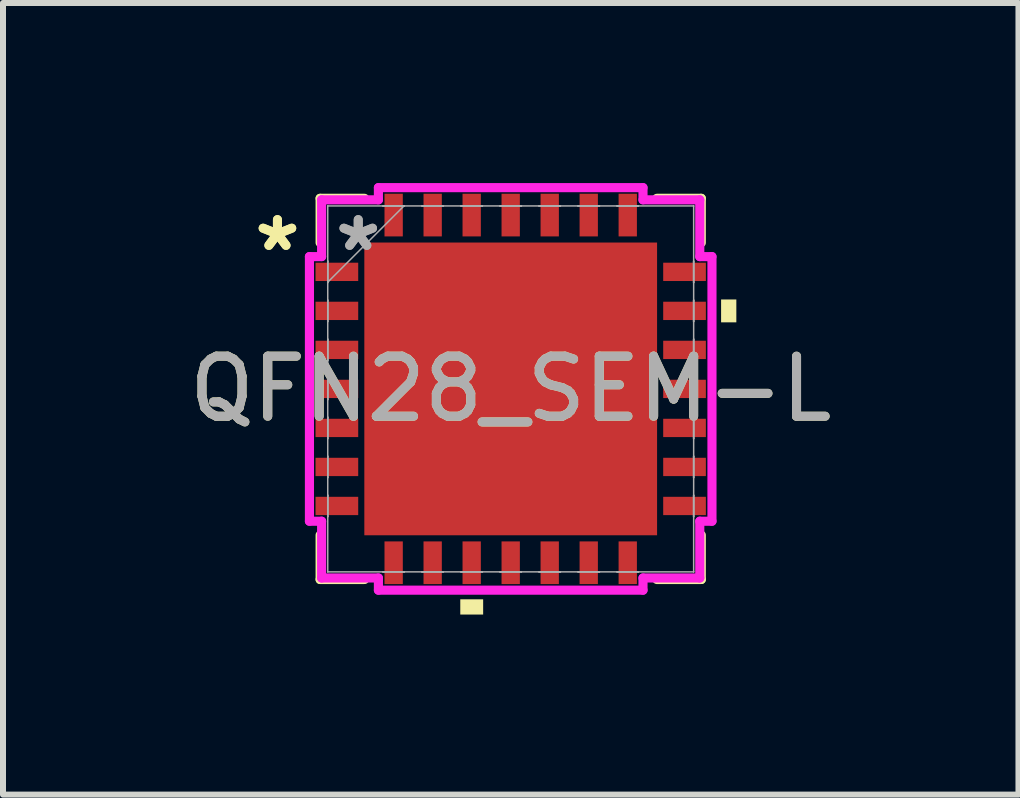
<source format=kicad_pcb>
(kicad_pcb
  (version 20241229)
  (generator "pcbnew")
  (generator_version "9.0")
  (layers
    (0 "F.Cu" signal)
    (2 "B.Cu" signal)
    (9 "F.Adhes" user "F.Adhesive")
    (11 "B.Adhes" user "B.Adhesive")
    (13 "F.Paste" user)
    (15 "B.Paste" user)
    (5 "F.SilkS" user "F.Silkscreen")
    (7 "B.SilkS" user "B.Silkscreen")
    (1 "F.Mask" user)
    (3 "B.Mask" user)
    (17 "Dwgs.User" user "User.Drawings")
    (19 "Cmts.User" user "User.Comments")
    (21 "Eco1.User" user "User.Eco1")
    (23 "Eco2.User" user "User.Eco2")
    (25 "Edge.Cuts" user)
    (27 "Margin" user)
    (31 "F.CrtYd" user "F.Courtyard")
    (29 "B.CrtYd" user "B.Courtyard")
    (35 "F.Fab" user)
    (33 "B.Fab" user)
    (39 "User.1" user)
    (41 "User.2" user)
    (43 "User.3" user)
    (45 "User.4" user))
  (footprint "QFN28_SEM-L"
    (layer "F.Cu")
    (at 5.458 3.429)
    (property "Reference" "QFN28_SEM-L" (at 0 0 0) (unlocked yes) (layer "F.SilkS") (effects (font (size 1 1) (thickness 0.15))))
    (attr smd)
    (fp_line (start -3.175 -3.175) (end -3.175 -2.435) (stroke (width 0.152) (type solid)) (layer "F.SilkS"))
    (fp_line (start -3.175 2.435) (end -3.175 3.175) (stroke (width 0.152) (type solid)) (layer "F.SilkS"))
    (fp_line (start -3.175 3.175) (end -2.435 3.175) (stroke (width 0.152) (type solid)) (layer "F.SilkS"))
    (fp_line (start -2.435 -3.175) (end -3.175 -3.175) (stroke (width 0.152) (type solid)) (layer "F.SilkS"))
    (fp_line (start 2.435 3.175) (end 3.175 3.175) (stroke (width 0.152) (type solid)) (layer "F.SilkS"))
    (fp_line (start 3.175 -3.175) (end 2.435 -3.175) (stroke (width 0.152) (type solid)) (layer "F.SilkS"))
    (fp_line (start 3.175 -2.435) (end 3.175 -3.175) (stroke (width 0.152) (type solid)) (layer "F.SilkS"))
    (fp_line (start 3.175 3.175) (end 3.175 2.435) (stroke (width 0.152) (type solid)) (layer "F.SilkS"))
    (fp_poly (pts (xy -0.84 3.505) (xy -0.84 3.759) (xy -0.459 3.759) (xy -0.459 3.505)) (stroke (width 0) (type solid)) (fill yes) (layer "F.SilkS"))
    (fp_poly (pts (xy 3.759 -1.49) (xy 3.759 -1.109) (xy 3.505 -1.109) (xy 3.505 -1.49)) (stroke (width 0) (type solid)) (fill yes) (layer "F.SilkS"))
    (fp_poly (pts (xy -2.338 -2.338) (xy -2.338 -0.913) (xy -0.913 -0.913) (xy -0.913 -2.338)) (stroke (width 0) (type solid)) (fill yes) (layer "F.Paste"))
    (fp_poly (pts (xy -2.338 -0.713) (xy -2.338 0.713) (xy -0.913 0.713) (xy -0.913 -0.713)) (stroke (width 0) (type solid)) (fill yes) (layer "F.Paste"))
    (fp_poly (pts (xy -2.338 0.913) (xy -2.338 2.338) (xy -0.913 2.338) (xy -0.913 0.913)) (stroke (width 0) (type solid)) (fill yes) (layer "F.Paste"))
    (fp_poly (pts (xy -0.713 -2.338) (xy -0.713 -0.913) (xy 0.713 -0.913) (xy 0.713 -2.338)) (stroke (width 0) (type solid)) (fill yes) (layer "F.Paste"))
    (fp_poly (pts (xy -0.713 -0.713) (xy -0.713 0.713) (xy 0.713 0.713) (xy 0.713 -0.713)) (stroke (width 0) (type solid)) (fill yes) (layer "F.Paste"))
    (fp_poly (pts (xy -0.713 0.913) (xy -0.713 2.338) (xy 0.713 2.338) (xy 0.713 0.913)) (stroke (width 0) (type solid)) (fill yes) (layer "F.Paste"))
    (fp_poly (pts (xy 0.913 -2.338) (xy 0.913 -0.913) (xy 2.338 -0.913) (xy 2.338 -2.338)) (stroke (width 0) (type solid)) (fill yes) (layer "F.Paste"))
    (fp_poly (pts (xy 0.913 -0.713) (xy 0.913 0.713) (xy 2.338 0.713) (xy 2.338 -0.713)) (stroke (width 0) (type solid)) (fill yes) (layer "F.Paste"))
    (fp_poly (pts (xy 0.913 0.913) (xy 0.913 2.338) (xy 2.338 2.338) (xy 2.338 0.913)) (stroke (width 0) (type solid)) (fill yes) (layer "F.Paste"))
    (fp_line (start -3.353 -2.204) (end -3.15 -2.204) (stroke (width 0.152) (type solid)) (layer "F.CrtYd"))
    (fp_line (start -3.353 2.204) (end -3.353 -2.204) (stroke (width 0.152) (type solid)) (layer "F.CrtYd"))
    (fp_line (start -3.15 -3.15) (end -2.204 -3.15) (stroke (width 0.152) (type solid)) (layer "F.CrtYd"))
    (fp_line (start -3.15 -2.204) (end -3.15 -3.15) (stroke (width 0.152) (type solid)) (layer "F.CrtYd"))
    (fp_line (start -3.15 2.204) (end -3.353 2.204) (stroke (width 0.152) (type solid)) (layer "F.CrtYd"))
    (fp_line (start -3.15 3.15) (end -3.15 2.204) (stroke (width 0.152) (type solid)) (layer "F.CrtYd"))
    (fp_line (start -2.204 -3.353) (end 2.204 -3.353) (stroke (width 0.152) (type solid)) (layer "F.CrtYd"))
    (fp_line (start -2.204 -3.15) (end -2.204 -3.353) (stroke (width 0.152) (type solid)) (layer "F.CrtYd"))
    (fp_line (start -2.204 3.15) (end -3.15 3.15) (stroke (width 0.152) (type solid)) (layer "F.CrtYd"))
    (fp_line (start -2.204 3.353) (end -2.204 3.15) (stroke (width 0.152) (type solid)) (layer "F.CrtYd"))
    (fp_line (start 2.204 -3.353) (end 2.204 -3.15) (stroke (width 0.152) (type solid)) (layer "F.CrtYd"))
    (fp_line (start 2.204 -3.15) (end 3.15 -3.15) (stroke (width 0.152) (type solid)) (layer "F.CrtYd"))
    (fp_line (start 2.204 3.15) (end 2.204 3.353) (stroke (width 0.152) (type solid)) (layer "F.CrtYd"))
    (fp_line (start 2.204 3.353) (end -2.204 3.353) (stroke (width 0.152) (type solid)) (layer "F.CrtYd"))
    (fp_line (start 3.15 -3.15) (end 3.15 -2.204) (stroke (width 0.152) (type solid)) (layer "F.CrtYd"))
    (fp_line (start 3.15 -2.204) (end 3.353 -2.204) (stroke (width 0.152) (type solid)) (layer "F.CrtYd"))
    (fp_line (start 3.15 2.204) (end 3.15 3.15) (stroke (width 0.152) (type solid)) (layer "F.CrtYd"))
    (fp_line (start 3.15 3.15) (end 2.204 3.15) (stroke (width 0.152) (type solid)) (layer "F.CrtYd"))
    (fp_line (start 3.353 -2.204) (end 3.353 2.204) (stroke (width 0.152) (type solid)) (layer "F.CrtYd"))
    (fp_line (start 3.353 2.204) (end 3.15 2.204) (stroke (width 0.152) (type solid)) (layer "F.CrtYd"))
    (fp_line (start -3.048 -3.048) (end -3.048 -3.048) (stroke (width 0.025) (type solid)) (layer "F.Fab"))
    (fp_line (start -3.048 -3.048) (end -3.048 3.048) (stroke (width 0.025) (type solid)) (layer "F.Fab"))
    (fp_line (start -3.048 -2.128) (end -3.048 -2.128) (stroke (width 0.025) (type solid)) (layer "F.Fab"))
    (fp_line (start -3.048 -2.128) (end -3.048 -1.772) (stroke (width 0.025) (type solid)) (layer "F.Fab"))
    (fp_line (start -3.048 -1.778) (end -1.778 -3.048) (stroke (width 0.025) (type solid)) (layer "F.Fab"))
    (fp_line (start -3.048 -1.772) (end -3.048 -2.128) (stroke (width 0.025) (type solid)) (layer "F.Fab"))
    (fp_line (start -3.048 -1.772) (end -3.048 -1.772) (stroke (width 0.025) (type solid)) (layer "F.Fab"))
    (fp_line (start -3.048 -1.478) (end -3.048 -1.478) (stroke (width 0.025) (type solid)) (layer "F.Fab"))
    (fp_line (start -3.048 -1.478) (end -3.048 -1.122) (stroke (width 0.025) (type solid)) (layer "F.Fab"))
    (fp_line (start -3.048 -1.122) (end -3.048 -1.478) (stroke (width 0.025) (type solid)) (layer "F.Fab"))
    (fp_line (start -3.048 -1.122) (end -3.048 -1.122) (stroke (width 0.025) (type solid)) (layer "F.Fab"))
    (fp_line (start -3.048 -0.828) (end -3.048 -0.828) (stroke (width 0.025) (type solid)) (layer "F.Fab"))
    (fp_line (start -3.048 -0.828) (end -3.048 -0.472) (stroke (width 0.025) (type solid)) (layer "F.Fab"))
    (fp_line (start -3.048 -0.472) (end -3.048 -0.828) (stroke (width 0.025) (type solid)) (layer "F.Fab"))
    (fp_line (start -3.048 -0.472) (end -3.048 -0.472) (stroke (width 0.025) (type solid)) (layer "F.Fab"))
    (fp_line (start -3.048 -0.178) (end -3.048 -0.178) (stroke (width 0.025) (type solid)) (layer "F.Fab"))
    (fp_line (start -3.048 -0.178) (end -3.048 0.178) (stroke (width 0.025) (type solid)) (layer "F.Fab"))
    (fp_line (start -3.048 0.178) (end -3.048 -0.178) (stroke (width 0.025) (type solid)) (layer "F.Fab"))
    (fp_line (start -3.048 0.178) (end -3.048 0.178) (stroke (width 0.025) (type solid)) (layer "F.Fab"))
    (fp_line (start -3.048 0.472) (end -3.048 0.472) (stroke (width 0.025) (type solid)) (layer "F.Fab"))
    (fp_line (start -3.048 0.472) (end -3.048 0.828) (stroke (width 0.025) (type solid)) (layer "F.Fab"))
    (fp_line (start -3.048 0.828) (end -3.048 0.472) (stroke (width 0.025) (type solid)) (layer "F.Fab"))
    (fp_line (start -3.048 0.828) (end -3.048 0.828) (stroke (width 0.025) (type solid)) (layer "F.Fab"))
    (fp_line (start -3.048 1.122) (end -3.048 1.122) (stroke (width 0.025) (type solid)) (layer "F.Fab"))
    (fp_line (start -3.048 1.122) (end -3.048 1.478) (stroke (width 0.025) (type solid)) (layer "F.Fab"))
    (fp_line (start -3.048 1.478) (end -3.048 1.122) (stroke (width 0.025) (type solid)) (layer "F.Fab"))
    (fp_line (start -3.048 1.478) (end -3.048 1.478) (stroke (width 0.025) (type solid)) (layer "F.Fab"))
    (fp_line (start -3.048 1.772) (end -3.048 1.772) (stroke (width 0.025) (type solid)) (layer "F.Fab"))
    (fp_line (start -3.048 1.772) (end -3.048 2.128) (stroke (width 0.025) (type solid)) (layer "F.Fab"))
    (fp_line (start -3.048 2.128) (end -3.048 1.772) (stroke (width 0.025) (type solid)) (layer "F.Fab"))
    (fp_line (start -3.048 2.128) (end -3.048 2.128) (stroke (width 0.025) (type solid)) (layer "F.Fab"))
    (fp_line (start -3.048 3.048) (end -3.048 3.048) (stroke (width 0.025) (type solid)) (layer "F.Fab"))
    (fp_line (start -3.048 3.048) (end 3.048 3.048) (stroke (width 0.025) (type solid)) (layer "F.Fab"))
    (fp_line (start -2.128 -3.048) (end -2.128 -3.048) (stroke (width 0.025) (type solid)) (layer "F.Fab"))
    (fp_line (start -2.128 -3.048) (end -1.772 -3.048) (stroke (width 0.025) (type solid)) (layer "F.Fab"))
    (fp_line (start -2.128 3.048) (end -2.128 3.048) (stroke (width 0.025) (type solid)) (layer "F.Fab"))
    (fp_line (start -2.128 3.048) (end -1.772 3.048) (stroke (width 0.025) (type solid)) (layer "F.Fab"))
    (fp_line (start -1.772 -3.048) (end -2.128 -3.048) (stroke (width 0.025) (type solid)) (layer "F.Fab"))
    (fp_line (start -1.772 -3.048) (end -1.772 -3.048) (stroke (width 0.025) (type solid)) (layer "F.Fab"))
    (fp_line (start -1.772 3.048) (end -2.128 3.048) (stroke (width 0.025) (type solid)) (layer "F.Fab"))
    (fp_line (start -1.772 3.048) (end -1.772 3.048) (stroke (width 0.025) (type solid)) (layer "F.Fab"))
    (fp_line (start -1.478 -3.048) (end -1.478 -3.048) (stroke (width 0.025) (type solid)) (layer "F.Fab"))
    (fp_line (start -1.478 -3.048) (end -1.122 -3.048) (stroke (width 0.025) (type solid)) (layer "F.Fab"))
    (fp_line (start -1.478 3.048) (end -1.478 3.048) (stroke (width 0.025) (type solid)) (layer "F.Fab"))
    (fp_line (start -1.478 3.048) (end -1.122 3.048) (stroke (width 0.025) (type solid)) (layer "F.Fab"))
    (fp_line (start -1.122 -3.048) (end -1.478 -3.048) (stroke (width 0.025) (type solid)) (layer "F.Fab"))
    (fp_line (start -1.122 -3.048) (end -1.122 -3.048) (stroke (width 0.025) (type solid)) (layer "F.Fab"))
    (fp_line (start -1.122 3.048) (end -1.478 3.048) (stroke (width 0.025) (type solid)) (layer "F.Fab"))
    (fp_line (start -1.122 3.048) (end -1.122 3.048) (stroke (width 0.025) (type solid)) (layer "F.Fab"))
    (fp_line (start -0.828 -3.048) (end -0.828 -3.048) (stroke (width 0.025) (type solid)) (layer "F.Fab"))
    (fp_line (start -0.828 -3.048) (end -0.472 -3.048) (stroke (width 0.025) (type solid)) (layer "F.Fab"))
    (fp_line (start -0.828 3.048) (end -0.828 3.048) (stroke (width 0.025) (type solid)) (layer "F.Fab"))
    (fp_line (start -0.828 3.048) (end -0.472 3.048) (stroke (width 0.025) (type solid)) (layer "F.Fab"))
    (fp_line (start -0.472 -3.048) (end -0.828 -3.048) (stroke (width 0.025) (type solid)) (layer "F.Fab"))
    (fp_line (start -0.472 -3.048) (end -0.472 -3.048) (stroke (width 0.025) (type solid)) (layer "F.Fab"))
    (fp_line (start -0.472 3.048) (end -0.828 3.048) (stroke (width 0.025) (type solid)) (layer "F.Fab"))
    (fp_line (start -0.472 3.048) (end -0.472 3.048) (stroke (width 0.025) (type solid)) (layer "F.Fab"))
    (fp_line (start -0.178 -3.048) (end -0.178 -3.048) (stroke (width 0.025) (type solid)) (layer "F.Fab"))
    (fp_line (start -0.178 -3.048) (end 0.178 -3.048) (stroke (width 0.025) (type solid)) (layer "F.Fab"))
    (fp_line (start -0.178 3.048) (end -0.178 3.048) (stroke (width 0.025) (type solid)) (layer "F.Fab"))
    (fp_line (start -0.178 3.048) (end 0.178 3.048) (stroke (width 0.025) (type solid)) (layer "F.Fab"))
    (fp_line (start 0.178 -3.048) (end -0.178 -3.048) (stroke (width 0.025) (type solid)) (layer "F.Fab"))
    (fp_line (start 0.178 -3.048) (end 0.178 -3.048) (stroke (width 0.025) (type solid)) (layer "F.Fab"))
    (fp_line (start 0.178 3.048) (end -0.178 3.048) (stroke (width 0.025) (type solid)) (layer "F.Fab"))
    (fp_line (start 0.178 3.048) (end 0.178 3.048) (stroke (width 0.025) (type solid)) (layer "F.Fab"))
    (fp_line (start 0.472 -3.048) (end 0.472 -3.048) (stroke (width 0.025) (type solid)) (layer "F.Fab"))
    (fp_line (start 0.472 -3.048) (end 0.828 -3.048) (stroke (width 0.025) (type solid)) (layer "F.Fab"))
    (fp_line (start 0.472 3.048) (end 0.472 3.048) (stroke (width 0.025) (type solid)) (layer "F.Fab"))
    (fp_line (start 0.472 3.048) (end 0.828 3.048) (stroke (width 0.025) (type solid)) (layer "F.Fab"))
    (fp_line (start 0.828 -3.048) (end 0.472 -3.048) (stroke (width 0.025) (type solid)) (layer "F.Fab"))
    (fp_line (start 0.828 -3.048) (end 0.828 -3.048) (stroke (width 0.025) (type solid)) (layer "F.Fab"))
    (fp_line (start 0.828 3.048) (end 0.472 3.048) (stroke (width 0.025) (type solid)) (layer "F.Fab"))
    (fp_line (start 0.828 3.048) (end 0.828 3.048) (stroke (width 0.025) (type solid)) (layer "F.Fab"))
    (fp_line (start 1.122 -3.048) (end 1.122 -3.048) (stroke (width 0.025) (type solid)) (layer "F.Fab"))
    (fp_line (start 1.122 -3.048) (end 1.478 -3.048) (stroke (width 0.025) (type solid)) (layer "F.Fab"))
    (fp_line (start 1.122 3.048) (end 1.122 3.048) (stroke (width 0.025) (type solid)) (layer "F.Fab"))
    (fp_line (start 1.122 3.048) (end 1.478 3.048) (stroke (width 0.025) (type solid)) (layer "F.Fab"))
    (fp_line (start 1.478 -3.048) (end 1.122 -3.048) (stroke (width 0.025) (type solid)) (layer "F.Fab"))
    (fp_line (start 1.478 -3.048) (end 1.478 -3.048) (stroke (width 0.025) (type solid)) (layer "F.Fab"))
    (fp_line (start 1.478 3.048) (end 1.122 3.048) (stroke (width 0.025) (type solid)) (layer "F.Fab"))
    (fp_line (start 1.478 3.048) (end 1.478 3.048) (stroke (width 0.025) (type solid)) (layer "F.Fab"))
    (fp_line (start 1.772 -3.048) (end 1.772 -3.048) (stroke (width 0.025) (type solid)) (layer "F.Fab"))
    (fp_line (start 1.772 -3.048) (end 2.128 -3.048) (stroke (width 0.025) (type solid)) (layer "F.Fab"))
    (fp_line (start 1.772 3.048) (end 1.772 3.048) (stroke (width 0.025) (type solid)) (layer "F.Fab"))
    (fp_line (start 1.772 3.048) (end 2.128 3.048) (stroke (width 0.025) (type solid)) (layer "F.Fab"))
    (fp_line (start 2.128 -3.048) (end 1.772 -3.048) (stroke (width 0.025) (type solid)) (layer "F.Fab"))
    (fp_line (start 2.128 -3.048) (end 2.128 -3.048) (stroke (width 0.025) (type solid)) (layer "F.Fab"))
    (fp_line (start 2.128 3.048) (end 1.772 3.048) (stroke (width 0.025) (type solid)) (layer "F.Fab"))
    (fp_line (start 2.128 3.048) (end 2.128 3.048) (stroke (width 0.025) (type solid)) (layer "F.Fab"))
    (fp_line (start 3.048 -3.048) (end -3.048 -3.048) (stroke (width 0.025) (type solid)) (layer "F.Fab"))
    (fp_line (start 3.048 -3.048) (end 3.048 -3.048) (stroke (width 0.025) (type solid)) (layer "F.Fab"))
    (fp_line (start 3.048 -2.128) (end 3.048 -2.128) (stroke (width 0.025) (type solid)) (layer "F.Fab"))
    (fp_line (start 3.048 -2.128) (end 3.048 -1.772) (stroke (width 0.025) (type solid)) (layer "F.Fab"))
    (fp_line (start 3.048 -1.772) (end 3.048 -2.128) (stroke (width 0.025) (type solid)) (layer "F.Fab"))
    (fp_line (start 3.048 -1.772) (end 3.048 -1.772) (stroke (width 0.025) (type solid)) (layer "F.Fab"))
    (fp_line (start 3.048 -1.478) (end 3.048 -1.478) (stroke (width 0.025) (type solid)) (layer "F.Fab"))
    (fp_line (start 3.048 -1.478) (end 3.048 -1.122) (stroke (width 0.025) (type solid)) (layer "F.Fab"))
    (fp_line (start 3.048 -1.122) (end 3.048 -1.478) (stroke (width 0.025) (type solid)) (layer "F.Fab"))
    (fp_line (start 3.048 -1.122) (end 3.048 -1.122) (stroke (width 0.025) (type solid)) (layer "F.Fab"))
    (fp_line (start 3.048 -0.828) (end 3.048 -0.828) (stroke (width 0.025) (type solid)) (layer "F.Fab"))
    (fp_line (start 3.048 -0.828) (end 3.048 -0.472) (stroke (width 0.025) (type solid)) (layer "F.Fab"))
    (fp_line (start 3.048 -0.472) (end 3.048 -0.828) (stroke (width 0.025) (type solid)) (layer "F.Fab"))
    (fp_line (start 3.048 -0.472) (end 3.048 -0.472) (stroke (width 0.025) (type solid)) (layer "F.Fab"))
    (fp_line (start 3.048 -0.178) (end 3.048 -0.178) (stroke (width 0.025) (type solid)) (layer "F.Fab"))
    (fp_line (start 3.048 -0.178) (end 3.048 0.178) (stroke (width 0.025) (type solid)) (layer "F.Fab"))
    (fp_line (start 3.048 0.178) (end 3.048 -0.178) (stroke (width 0.025) (type solid)) (layer "F.Fab"))
    (fp_line (start 3.048 0.178) (end 3.048 0.178) (stroke (width 0.025) (type solid)) (layer "F.Fab"))
    (fp_line (start 3.048 0.472) (end 3.048 0.472) (stroke (width 0.025) (type solid)) (layer "F.Fab"))
    (fp_line (start 3.048 0.472) (end 3.048 0.828) (stroke (width 0.025) (type solid)) (layer "F.Fab"))
    (fp_line (start 3.048 0.828) (end 3.048 0.472) (stroke (width 0.025) (type solid)) (layer "F.Fab"))
    (fp_line (start 3.048 0.828) (end 3.048 0.828) (stroke (width 0.025) (type solid)) (layer "F.Fab"))
    (fp_line (start 3.048 1.122) (end 3.048 1.122) (stroke (width 0.025) (type solid)) (layer "F.Fab"))
    (fp_line (start 3.048 1.122) (end 3.048 1.478) (stroke (width 0.025) (type solid)) (layer "F.Fab"))
    (fp_line (start 3.048 1.478) (end 3.048 1.122) (stroke (width 0.025) (type solid)) (layer "F.Fab"))
    (fp_line (start 3.048 1.478) (end 3.048 1.478) (stroke (width 0.025) (type solid)) (layer "F.Fab"))
    (fp_line (start 3.048 1.772) (end 3.048 1.772) (stroke (width 0.025) (type solid)) (layer "F.Fab"))
    (fp_line (start 3.048 1.772) (end 3.048 2.128) (stroke (width 0.025) (type solid)) (layer "F.Fab"))
    (fp_line (start 3.048 2.128) (end 3.048 1.772) (stroke (width 0.025) (type solid)) (layer "F.Fab"))
    (fp_line (start 3.048 2.128) (end 3.048 2.128) (stroke (width 0.025) (type solid)) (layer "F.Fab"))
    (fp_line (start 3.048 3.048) (end 3.048 -3.048) (stroke (width 0.025) (type solid)) (layer "F.Fab"))
    (fp_line (start 3.048 3.048) (end 3.048 3.048) (stroke (width 0.025) (type solid)) (layer "F.Fab"))
    (fp_text user "*" (at -3.886 -2.275 0) (unlocked yes) (layer "F.SilkS") (effects (font (size 1 1) (thickness 0.15))))
    (fp_text user "*" (at -3.886 -2.275 0) (layer "F.SilkS") (effects (font (size 1 1) (thickness 0.15))))
    (fp_text user "*" (at -2.54 -2.275 0) (unlocked yes) (layer "F.Fab") (effects (font (size 1 1) (thickness 0.15))))
    (fp_text user "${REFERENCE}" (at 0 0 0) (unlocked yes) (layer "F.Fab") (effects (font (size 1 1) (thickness 0.15))))
    (fp_text user "*" (at -2.54 -2.275 0) (layer "F.Fab") (effects (font (size 1 1) (thickness 0.15))))
    (pad "1" smd rect (at -2.896 -1.95 90) (size 0.305 0.711) (layers "F.Cu" "F.Mask" "F.Paste"))
    (pad "2" smd rect (at -2.896 -1.3 90) (size 0.305 0.711) (layers "F.Cu" "F.Mask" "F.Paste"))
    (pad "3" smd rect (at -2.896 -0.65 90) (size 0.305 0.711) (layers "F.Cu" "F.Mask" "F.Paste"))
    (pad "4" smd rect (at -2.896 0 90) (size 0.305 0.711) (layers "F.Cu" "F.Mask" "F.Paste"))
    (pad "5" smd rect (at -2.896 0.65 90) (size 0.305 0.711) (layers "F.Cu" "F.Mask" "F.Paste"))
    (pad "6" smd rect (at -2.896 1.3 90) (size 0.305 0.711) (layers "F.Cu" "F.Mask" "F.Paste"))
    (pad "7" smd rect (at -2.896 1.95 90) (size 0.305 0.711) (layers "F.Cu" "F.Mask" "F.Paste"))
    (pad "8" smd rect (at -1.95 2.896) (size 0.305 0.711) (layers "F.Cu" "F.Mask" "F.Paste"))
    (pad "9" smd rect (at -1.3 2.896) (size 0.305 0.711) (layers "F.Cu" "F.Mask" "F.Paste"))
    (pad "10" smd rect (at -0.65 2.896) (size 0.305 0.711) (layers "F.Cu" "F.Mask" "F.Paste"))
    (pad "11" smd rect (at 0 2.896) (size 0.305 0.711) (layers "F.Cu" "F.Mask" "F.Paste"))
    (pad "12" smd rect (at 0.65 2.896) (size 0.305 0.711) (layers "F.Cu" "F.Mask" "F.Paste"))
    (pad "13" smd rect (at 1.3 2.896) (size 0.305 0.711) (layers "F.Cu" "F.Mask" "F.Paste"))
    (pad "14" smd rect (at 1.95 2.896) (size 0.305 0.711) (layers "F.Cu" "F.Mask" "F.Paste"))
    (pad "15" smd rect (at 2.896 1.95 90) (size 0.305 0.711) (layers "F.Cu" "F.Mask" "F.Paste"))
    (pad "16" smd rect (at 2.896 1.3 90) (size 0.305 0.711) (layers "F.Cu" "F.Mask" "F.Paste"))
    (pad "17" smd rect (at 2.896 0.65 90) (size 0.305 0.711) (layers "F.Cu" "F.Mask" "F.Paste"))
    (pad "18" smd rect (at 2.896 0 90) (size 0.305 0.711) (layers "F.Cu" "F.Mask" "F.Paste"))
    (pad "19" smd rect (at 2.896 -0.65 90) (size 0.305 0.711) (layers "F.Cu" "F.Mask" "F.Paste"))
    (pad "20" smd rect (at 2.896 -1.3 90) (size 0.305 0.711) (layers "F.Cu" "F.Mask" "F.Paste"))
    (pad "21" smd rect (at 2.896 -1.95 90) (size 0.305 0.711) (layers "F.Cu" "F.Mask" "F.Paste"))
    (pad "22" smd rect (at 1.95 -2.896) (size 0.305 0.711) (layers "F.Cu" "F.Mask" "F.Paste"))
    (pad "23" smd rect (at 1.3 -2.896) (size 0.305 0.711) (layers "F.Cu" "F.Mask" "F.Paste"))
    (pad "24" smd rect (at 0.65 -2.896) (size 0.305 0.711) (layers "F.Cu" "F.Mask" "F.Paste"))
    (pad "25" smd rect (at 0 -2.896) (size 0.305 0.711) (layers "F.Cu" "F.Mask" "F.Paste"))
    (pad "26" smd rect (at -0.65 -2.896) (size 0.305 0.711) (layers "F.Cu" "F.Mask" "F.Paste"))
    (pad "27" smd rect (at -1.3 -2.896) (size 0.305 0.711) (layers "F.Cu" "F.Mask" "F.Paste"))
    (pad "28" smd rect (at -1.95 -2.896) (size 0.305 0.711) (layers "F.Cu" "F.Mask" "F.Paste"))
    (pad "29" smd rect (at 0 0) (size 4.877 4.877) (layers "F.Cu" "F.Mask" "F.Paste")))
  (gr_rect
    (start -3 -3)
    (end 13.917 10.188)
    (stroke (width 0.1) (type default))
    (fill no)
    (layer "Edge.Cuts")))
</source>
